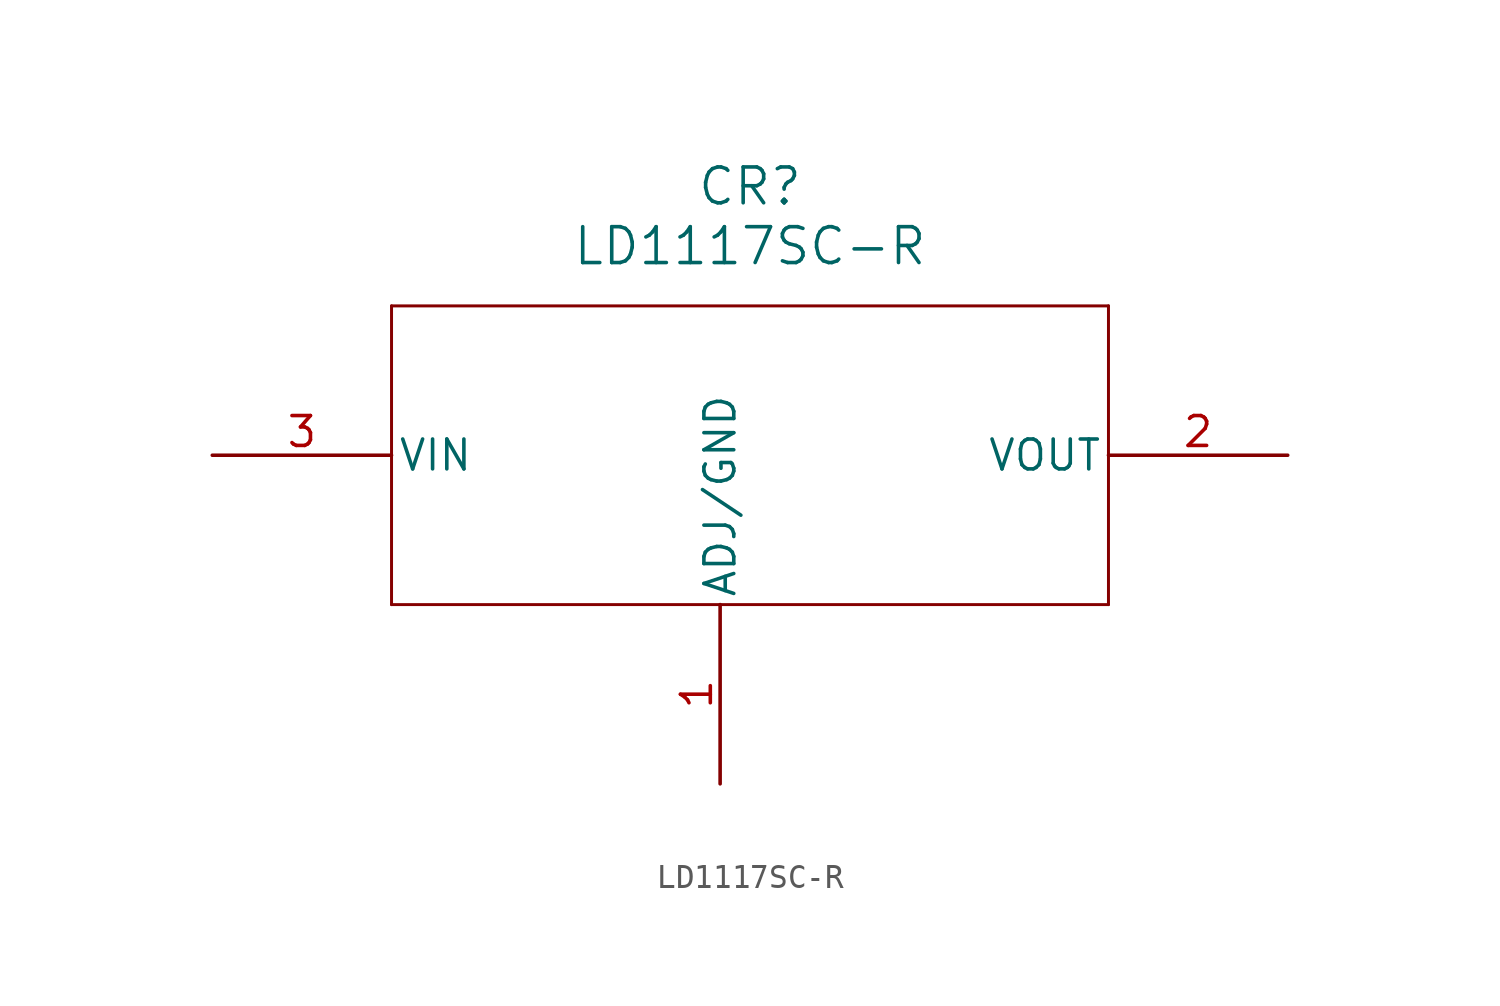
<source format=kicad_sym>
(kicad_symbol_lib
  (version 20211014)
  (generator kicad_symbol_editor)
  (symbol "LD1117SC-R"
    (pin_names
      (offset 0.254))
    (property "Reference" "CR"
      (at 22.86 10.16 0)
      (effects (font (size 1.524 1.524))))
    (property "Value" "LD1117SC-R"
      (at 22.86 7.62 0)
      (effects (font (size 1.524 1.524))))
    (property "ki_locked" ""
      (at 0 0 0)
      (effects (font (size 1.27 1.27))))
    (symbol "LD1117SC-R_0_1"
      (polyline (pts (xy 7.62 -7.62) (xy 38.1 -7.62)) (stroke (width 0.127) (type default) (color 0 0 0 0)) (fill (type none)))
      (polyline (pts (xy 7.62 5.08) (xy 7.62 -7.62)) (stroke (width 0.127) (type default) (color 0 0 0 0)) (fill (type none)))
      (polyline (pts (xy 38.1 -7.62) (xy 38.1 5.08)) (stroke (width 0.127) (type default) (color 0 0 0 0)) (fill (type none)))
      (polyline (pts (xy 38.1 5.08) (xy 7.62 5.08)) (stroke (width 0.127) (type default) (color 0 0 0 0)) (fill (type none)))
      (pin power_out line (at 21.59 -15.24 90) (length 7.62) (name "ADJ/GND" (effects (font (size 1.27 1.27)))) (number "1" (effects (font (size 1.27 1.27)))))
      (pin power_in line (at 45.72 -1.27 180) (length 7.62) (name "VOUT" (effects (font (size 1.27 1.27)))) (number "2" (effects (font (size 1.27 1.27)))))
      (pin power_in line (at 0 -1.27 0) (length 7.62) (name "VIN" (effects (font (size 1.27 1.27)))) (number "3" (effects (font (size 1.27 1.27))))))))
</source>
